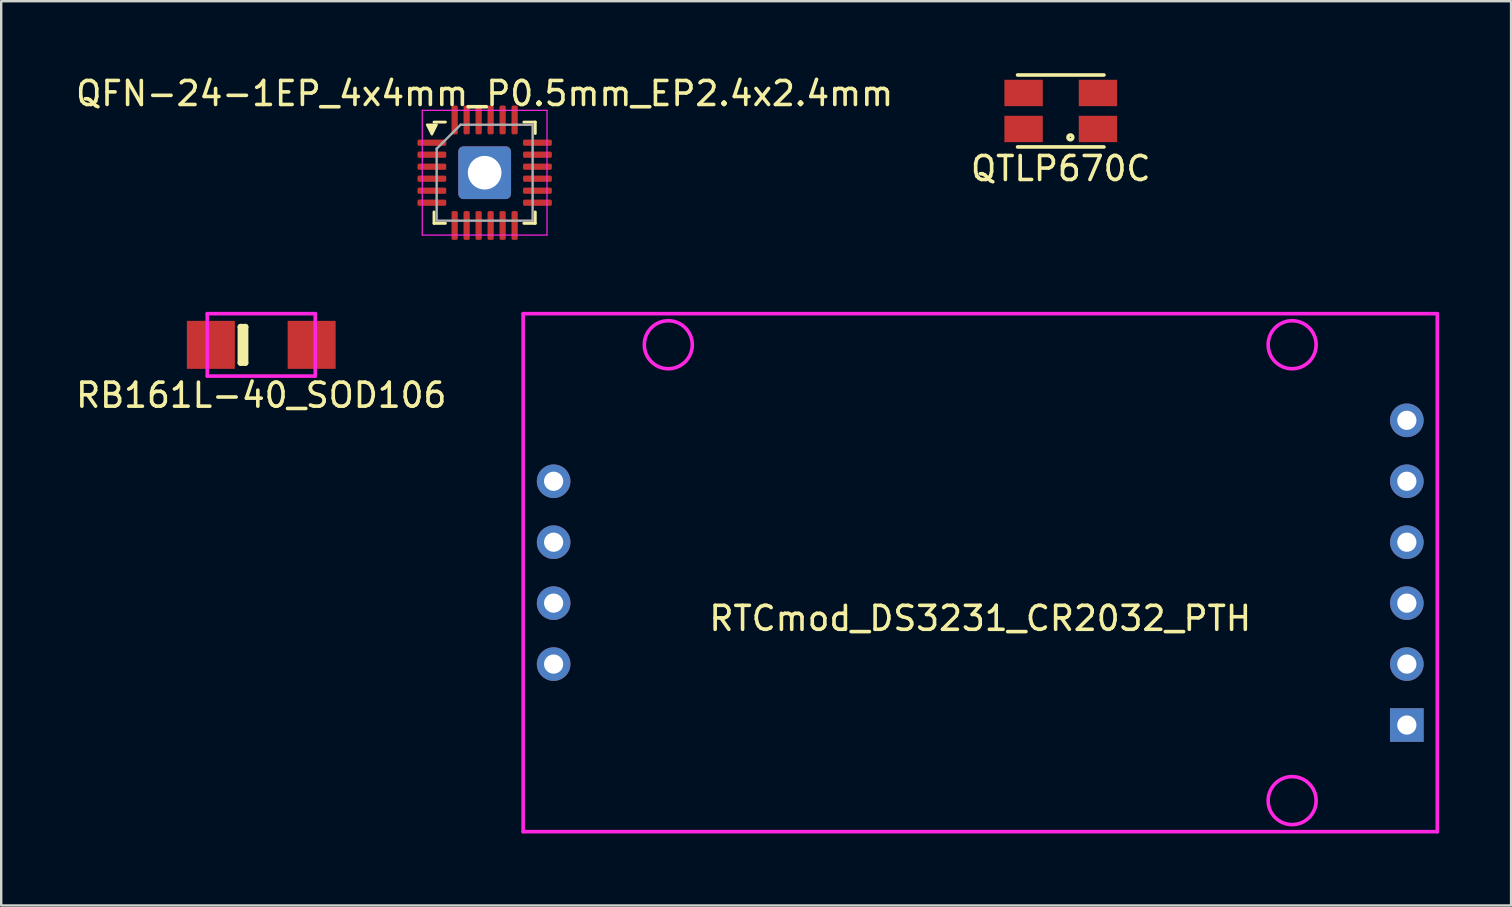
<source format=kicad_pcb>
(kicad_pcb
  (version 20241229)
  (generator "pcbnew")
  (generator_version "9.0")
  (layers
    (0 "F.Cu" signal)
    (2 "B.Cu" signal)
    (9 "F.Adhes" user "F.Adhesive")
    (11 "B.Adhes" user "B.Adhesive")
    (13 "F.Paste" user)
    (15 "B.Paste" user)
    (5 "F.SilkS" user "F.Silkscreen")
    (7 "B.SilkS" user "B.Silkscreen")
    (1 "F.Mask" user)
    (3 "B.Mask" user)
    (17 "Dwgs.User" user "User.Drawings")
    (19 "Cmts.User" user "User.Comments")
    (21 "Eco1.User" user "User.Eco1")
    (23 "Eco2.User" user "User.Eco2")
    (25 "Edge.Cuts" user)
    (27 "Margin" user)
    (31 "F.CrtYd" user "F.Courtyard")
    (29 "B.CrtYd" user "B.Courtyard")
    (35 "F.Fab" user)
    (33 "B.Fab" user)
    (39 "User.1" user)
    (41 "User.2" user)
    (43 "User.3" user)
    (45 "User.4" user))
  (footprint "QTLP670C"
    (layer "F.Cu")
    (at 41.161 1.575)
    (property "Reference" "QTLP670C" (at 0 2.4 0) (layer "F.SilkS") (effects (font (size 1 1) (thickness 0.15))))
    (attr through_hole)
    (fp_line (start 1.8 -1.5) (end -1.8 -1.5) (stroke (width 0.15) (type solid)) (layer "F.SilkS"))
    (fp_line (start 1.8 1.5) (end -1.8 1.5) (stroke (width 0.15) (type solid)) (layer "F.SilkS"))
    (fp_circle (center 0.4 1.1) (end 0.5 1.1) (stroke (width 0.15) (type solid)) (fill no) (layer "F.SilkS"))
    (pad "1" smd rect (at 1.55 0.75) (size 1.6 1.1) (layers "F.Cu" "F.Mask" "F.Paste"))
    (pad "2" smd rect (at 1.55 -0.75) (size 1.6 1.1) (layers "F.Cu" "F.Mask" "F.Paste"))
    (pad "3" smd rect (at -1.55 -0.75) (size 1.6 1.1) (layers "F.Cu" "F.Mask" "F.Paste"))
    (pad "4" smd rect (at -1.55 0.75) (size 1.6 1.1) (layers "F.Cu" "F.Mask" "F.Paste")))
  (footprint "RTCmod_DS3231_CR2032_PTH"
    (layer "F.Cu")
    (at 37.804 20.818)
    (property "Reference" "RTCmod_DS3231_CR2032_PTH" (at 0 1.905 0) (layer "F.SilkS") (effects (font (size 1 1) (thickness 0.15))))
    (attr through_hole)
    (fp_line (start -19.05 -10.795) (end 19.05 -10.795) (stroke (width 0.15) (type solid)) (layer "F.CrtYd"))
    (fp_line (start -19.05 10.795) (end -19.05 -10.795) (stroke (width 0.15) (type solid)) (layer "F.CrtYd"))
    (fp_line (start 19.05 -10.795) (end 19.05 10.795) (stroke (width 0.15) (type solid)) (layer "F.CrtYd"))
    (fp_line (start 19.05 10.795) (end -19.05 10.795) (stroke (width 0.15) (type solid)) (layer "F.CrtYd"))
    (fp_circle (center -13 -9.5) (end -13 -10.5) (stroke (width 0.15) (type solid)) (fill no) (layer "F.CrtYd"))
    (fp_circle (center 13 -9.5) (end 13 -10.5) (stroke (width 0.15) (type solid)) (fill no) (layer "F.CrtYd"))
    (fp_circle (center 13 9.5) (end 13 10.5) (stroke (width 0.15) (type solid)) (fill no) (layer "F.CrtYd"))
    (pad "1" thru_hole rect (at 17.78 6.35) (size 1.4 1.4) (drill 0.8) (layers "*.Cu" "*.Mask"))
    (pad "2" thru_hole circle (at 17.78 3.81) (size 1.4 1.4) (drill 0.8) (layers "*.Cu" "*.Mask"))
    (pad "3" thru_hole circle (at 17.78 1.27) (size 1.4 1.4) (drill 0.8) (layers "*.Cu" "*.Mask"))
    (pad "4" thru_hole circle (at 17.78 -1.27) (size 1.4 1.4) (drill 0.8) (layers "*.Cu" "*.Mask"))
    (pad "5" thru_hole circle (at 17.78 -3.81) (size 1.4 1.4) (drill 0.8) (layers "*.Cu" "*.Mask"))
    (pad "6" thru_hole circle (at 17.78 -6.35) (size 1.4 1.4) (drill 0.8) (layers "*.Cu" "*.Mask"))
    (pad "7" thru_hole circle (at -17.78 3.81) (size 1.4 1.4) (drill 0.8) (layers "*.Cu" "*.Mask"))
    (pad "8" thru_hole circle (at -17.78 1.27) (size 1.4 1.4) (drill 0.8) (layers "*.Cu" "*.Mask"))
    (pad "9" thru_hole circle (at -17.78 -1.27) (size 1.4 1.4) (drill 0.8) (layers "*.Cu" "*.Mask"))
    (pad "10" thru_hole circle (at -17.78 -3.81) (size 1.4 1.4) (drill 0.8) (layers "*.Cu" "*.Mask")))
  (footprint "QFN-24-1EP_4x4mm_P0.5mm_EP2.4x2.4mm"
    (layer "F.Cu")
    (at 17.149 4.148)
    (property "Reference" "QFN-24-1EP_4x4mm_P0.5mm_EP2.4x2.4mm" (at 0 -3.3 0) (layer "F.SilkS") (effects (font (size 1 1) (thickness 0.15))))
    (attr smd)
    (fp_line (start -2.11 2.11) (end -2.11 1.635) (stroke (width 0.12) (type solid)) (layer "F.SilkS"))
    (fp_line (start -1.635 -2.11) (end -2.11 -2.11) (stroke (width 0.12) (type solid)) (layer "F.SilkS"))
    (fp_line (start -1.635 2.11) (end -2.11 2.11) (stroke (width 0.12) (type solid)) (layer "F.SilkS"))
    (fp_line (start 1.635 -2.11) (end 2.11 -2.11) (stroke (width 0.12) (type solid)) (layer "F.SilkS"))
    (fp_line (start 1.635 2.11) (end 2.11 2.11) (stroke (width 0.12) (type solid)) (layer "F.SilkS"))
    (fp_line (start 2.11 -2.11) (end 2.11 -1.635) (stroke (width 0.12) (type solid)) (layer "F.SilkS"))
    (fp_line (start 2.11 2.11) (end 2.11 1.635) (stroke (width 0.12) (type solid)) (layer "F.SilkS"))
    (fp_poly (pts (xy -2.2 -1.6) (xy -2 -2) (xy -2.4 -2)) (stroke (width 0.1) (type solid)) (fill yes) (layer "F.SilkS"))
    (fp_line (start -2.6 -2.6) (end -2.6 2.6) (stroke (width 0.05) (type solid)) (layer "F.CrtYd"))
    (fp_line (start -2.6 2.6) (end 2.6 2.6) (stroke (width 0.05) (type solid)) (layer "F.CrtYd"))
    (fp_line (start 2.6 -2.6) (end -2.6 -2.6) (stroke (width 0.05) (type solid)) (layer "F.CrtYd"))
    (fp_line (start 2.6 2.6) (end 2.6 -2.6) (stroke (width 0.05) (type solid)) (layer "F.CrtYd"))
    (fp_line (start -2 -1) (end -1 -2) (stroke (width 0.1) (type solid)) (layer "F.Fab"))
    (fp_line (start -2 2) (end -2 -1) (stroke (width 0.1) (type solid)) (layer "F.Fab"))
    (fp_line (start -1 -2) (end 2 -2) (stroke (width 0.1) (type solid)) (layer "F.Fab"))
    (fp_line (start 2 -2) (end 2 2) (stroke (width 0.1) (type solid)) (layer "F.Fab"))
    (fp_line (start 2 2) (end -2 2) (stroke (width 0.1) (type solid)) (layer "F.Fab"))
    (pad "" smd roundrect (at -0.65 -0.65) (size 0.6 0.6) (layers "F.Paste") (roundrect_rratio 0.238))
    (pad "" smd roundrect (at -0.65 0.65) (size 0.6 0.6) (layers "F.Paste") (roundrect_rratio 0.238))
    (pad "" smd roundrect (at 0.65 -0.65) (size 0.6 0.6) (layers "F.Paste") (roundrect_rratio 0.238))
    (pad "" smd roundrect (at 0.65 0.65) (size 0.6 0.6) (layers "F.Paste") (roundrect_rratio 0.238))
    (pad "1" smd roundrect (at -2.2 -1.25) (size 1.2 0.26) (layers "F.Cu" "F.Mask" "F.Paste") (roundrect_rratio 0.25))
    (pad "2" smd roundrect (at -2.2 -0.75) (size 1.2 0.26) (layers "F.Cu" "F.Mask" "F.Paste") (roundrect_rratio 0.25))
    (pad "3" smd roundrect (at -2.2 -0.25) (size 1.2 0.26) (layers "F.Cu" "F.Mask" "F.Paste") (roundrect_rratio 0.25))
    (pad "4" smd roundrect (at -2.2 0.25) (size 1.2 0.26) (layers "F.Cu" "F.Mask" "F.Paste") (roundrect_rratio 0.25))
    (pad "5" smd roundrect (at -2.2 0.75) (size 1.2 0.26) (layers "F.Cu" "F.Mask" "F.Paste") (roundrect_rratio 0.25))
    (pad "6" smd roundrect (at -2.2 1.25) (size 1.2 0.26) (layers "F.Cu" "F.Mask" "F.Paste") (roundrect_rratio 0.25))
    (pad "7" smd roundrect (at -1.25 2.2) (size 0.26 1.2) (layers "F.Cu" "F.Mask" "F.Paste") (roundrect_rratio 0.25))
    (pad "8" smd roundrect (at -0.75 2.2) (size 0.26 1.2) (layers "F.Cu" "F.Mask" "F.Paste") (roundrect_rratio 0.25))
    (pad "9" smd roundrect (at -0.25 2.2) (size 0.26 1.2) (layers "F.Cu" "F.Mask" "F.Paste") (roundrect_rratio 0.25))
    (pad "10" smd roundrect (at 0.25 2.2) (size 0.26 1.2) (layers "F.Cu" "F.Mask" "F.Paste") (roundrect_rratio 0.25))
    (pad "11" smd roundrect (at 0.75 2.2) (size 0.26 1.2) (layers "F.Cu" "F.Mask" "F.Paste") (roundrect_rratio 0.25))
    (pad "12" smd roundrect (at 1.25 2.2) (size 0.26 1.2) (layers "F.Cu" "F.Mask" "F.Paste") (roundrect_rratio 0.25))
    (pad "13" smd roundrect (at 2.2 1.25) (size 1.2 0.26) (layers "F.Cu" "F.Mask" "F.Paste") (roundrect_rratio 0.25))
    (pad "14" smd roundrect (at 2.2 0.75) (size 1.2 0.26) (layers "F.Cu" "F.Mask" "F.Paste") (roundrect_rratio 0.25))
    (pad "15" smd roundrect (at 2.2 0.25) (size 1.2 0.26) (layers "F.Cu" "F.Mask" "F.Paste") (roundrect_rratio 0.25))
    (pad "16" smd roundrect (at 2.2 -0.25) (size 1.2 0.26) (layers "F.Cu" "F.Mask" "F.Paste") (roundrect_rratio 0.25))
    (pad "17" smd roundrect (at 2.2 -0.75) (size 1.2 0.26) (layers "F.Cu" "F.Mask" "F.Paste") (roundrect_rratio 0.25))
    (pad "18" smd roundrect (at 2.2 -1.25) (size 1.2 0.26) (layers "F.Cu" "F.Mask" "F.Paste") (roundrect_rratio 0.25))
    (pad "19" smd roundrect (at 1.25 -2.2) (size 0.26 1.2) (layers "F.Cu" "F.Mask" "F.Paste") (roundrect_rratio 0.25))
    (pad "20" smd roundrect (at 0.75 -2.2) (size 0.26 1.2) (layers "F.Cu" "F.Mask" "F.Paste") (roundrect_rratio 0.25))
    (pad "21" smd roundrect (at 0.25 -2.2) (size 0.26 1.2) (layers "F.Cu" "F.Mask" "F.Paste") (roundrect_rratio 0.25))
    (pad "22" smd roundrect (at -0.25 -2.2) (size 0.26 1.2) (layers "F.Cu" "F.Mask" "F.Paste") (roundrect_rratio 0.25))
    (pad "23" smd roundrect (at -0.75 -2.2) (size 0.26 1.2) (layers "F.Cu" "F.Mask" "F.Paste") (roundrect_rratio 0.25))
    (pad "24" smd roundrect (at -1.25 -2.2) (size 0.26 1.2) (layers "F.Cu" "F.Mask" "F.Paste") (roundrect_rratio 0.25))
    (pad "25" thru_hole roundrect (at 0 0) (size 2.2 2.2) (drill 1.4) (layers "*.Cu" "*.Mask") (roundrect_rratio 0.1)))
  (footprint "RB161L-40_SOD106"
    (layer "F.Cu")
    (at 7.839 11.323)
    (property "Reference" "RB161L-40_SOD106" (at 0 2.1 0) (layer "F.SilkS") (effects (font (size 1 1) (thickness 0.15))))
    (attr through_hole)
    (fp_line (start -0.862 -0.75) (end -0.662 -0.75) (stroke (width 0.25) (type solid)) (layer "F.SilkS"))
    (fp_line (start -0.862 0.75) (end -0.862 -0.75) (stroke (width 0.25) (type solid)) (layer "F.SilkS"))
    (fp_line (start -0.662 -0.75) (end -0.662 0.75) (stroke (width 0.25) (type solid)) (layer "F.SilkS"))
    (fp_line (start -0.662 0.75) (end -0.862 0.75) (stroke (width 0.25) (type solid)) (layer "F.SilkS"))
    (fp_line (start -2.25 -1.3) (end -2.25 1.3) (stroke (width 0.15) (type solid)) (layer "F.CrtYd"))
    (fp_line (start -2.25 1.3) (end 2.25 1.3) (stroke (width 0.15) (type solid)) (layer "F.CrtYd"))
    (fp_line (start 2.25 -1.3) (end -2.25 -1.3) (stroke (width 0.15) (type solid)) (layer "F.CrtYd"))
    (fp_line (start 2.25 1.3) (end 2.25 -1.3) (stroke (width 0.15) (type solid)) (layer "F.CrtYd"))
    (pad "1" smd rect (at -2.1 0 180) (size 2 2) (layers "F.Cu" "F.Mask" "F.Paste"))
    (pad "2" smd rect (at 2.1 0 180) (size 2 2) (layers "F.Cu" "F.Mask" "F.Paste")))
  (gr_rect
    (start -3 -3)
    (end 59.929 34.688)
    (stroke (width 0.1) (type default))
    (fill no)
    (layer "Edge.Cuts")))
</source>
